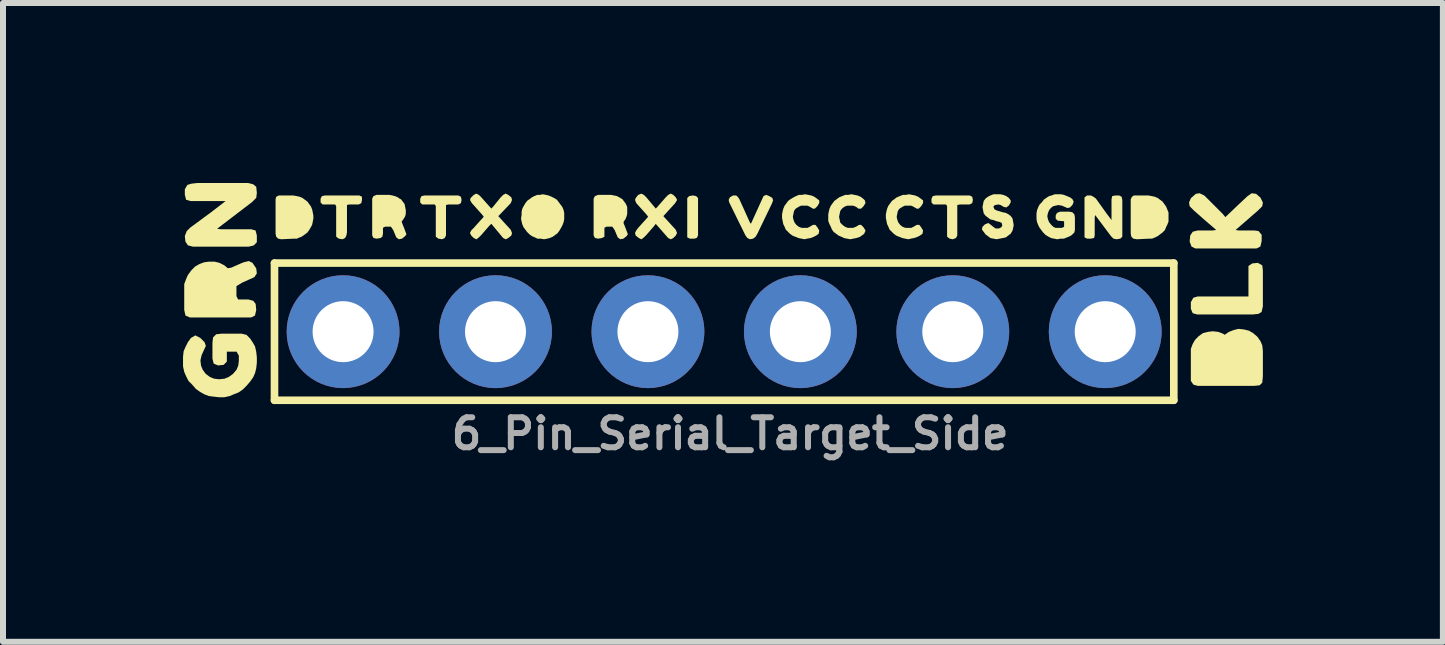
<source format=kicad_pcb>
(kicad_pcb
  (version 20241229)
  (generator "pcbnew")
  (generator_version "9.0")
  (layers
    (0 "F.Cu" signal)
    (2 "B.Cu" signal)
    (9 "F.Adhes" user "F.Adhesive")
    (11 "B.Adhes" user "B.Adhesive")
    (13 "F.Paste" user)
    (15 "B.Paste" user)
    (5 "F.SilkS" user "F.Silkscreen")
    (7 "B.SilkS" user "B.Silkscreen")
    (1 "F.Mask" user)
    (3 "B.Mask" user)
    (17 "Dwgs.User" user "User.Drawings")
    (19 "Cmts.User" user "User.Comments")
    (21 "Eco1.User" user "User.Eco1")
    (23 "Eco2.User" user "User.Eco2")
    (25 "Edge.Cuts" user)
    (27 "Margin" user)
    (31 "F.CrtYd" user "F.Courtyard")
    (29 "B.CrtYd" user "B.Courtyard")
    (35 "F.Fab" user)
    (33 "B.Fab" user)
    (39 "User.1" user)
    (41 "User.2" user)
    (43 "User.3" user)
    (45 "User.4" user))
  (footprint "6_Pin_Serial_Target_Side"
    (layer "F.Cu")
    (at 9.017 2.477)
    (property "Reference" "6_Pin_Serial_Target_Side" (at 0.1 1.7 0) (layer "F.Fab") (effects (font (size 0.5 0.5) (thickness 0.1))))
    (fp_line (start -7.493 -1.143) (end 7.493 -1.143) (stroke (width 0.127) (type solid)) (layer "F.SilkS"))
    (fp_line (start -7.493 1.143) (end -7.493 -1.143) (stroke (width 0.127) (type solid)) (layer "F.SilkS"))
    (fp_line (start 7.493 -1.143) (end 7.493 1.143) (stroke (width 0.127) (type solid)) (layer "F.SilkS"))
    (fp_line (start 7.493 1.143) (end -7.493 1.143) (stroke (width 0.127) (type solid)) (layer "F.SilkS"))
    (fp_poly (pts (xy -0.468 -2.26) (xy -0.435 -2.227) (xy -0.435 -1.604) (xy -0.457 -1.561) (xy -0.499 -1.55) (xy -0.571 -1.55) (xy -0.615 -1.572) (xy -0.615 -2.227) (xy -0.582 -2.26) (xy -0.52 -2.27)) (stroke (width 0) (type default)) (fill yes) (layer "F.SilkS"))
    (fp_poly (pts (xy 8.967 -1.105) (xy 8.977 -1.022) (xy 8.977 -0.421) (xy 8.956 -0.329) (xy 8.904 -0.297) (xy 8.812 -0.287) (xy 7.881 -0.287) (xy 7.808 -0.308) (xy 7.777 -0.381) (xy 7.777 -0.493) (xy 7.819 -0.566) (xy 7.891 -0.587) (xy 8.737 -0.587) (xy 8.737 -1.095) (xy 8.8 -1.137) (xy 8.893 -1.147)) (stroke (width 0) (type default)) (fill yes) (layer "F.SilkS"))
    (fp_poly (pts (xy -4.386 -2.248) (xy -4.375 -2.195) (xy -4.386 -2.142) (xy -4.429 -2.12) (xy -4.59 -2.12) (xy -4.635 -2.111) (xy -4.635 -1.604) (xy -4.656 -1.561) (xy -4.699 -1.54) (xy -4.762 -1.55) (xy -4.805 -1.583) (xy -4.805 -2.093) (xy -4.823 -2.12) (xy -5.032 -2.12) (xy -5.065 -2.153) (xy -5.065 -2.216) (xy -5.043 -2.259) (xy -4.99 -2.27) (xy -4.429 -2.27)) (stroke (width 0) (type default)) (fill yes) (layer "F.SilkS"))
    (fp_poly (pts (xy 4.134 -2.248) (xy 4.145 -2.195) (xy 4.134 -2.142) (xy 4.091 -2.12) (xy 3.93 -2.12) (xy 3.885 -2.111) (xy 3.885 -1.604) (xy 3.864 -1.561) (xy 3.81 -1.54) (xy 3.758 -1.55) (xy 3.715 -1.583) (xy 3.715 -2.093) (xy 3.697 -2.12) (xy 3.488 -2.12) (xy 3.455 -2.153) (xy 3.455 -2.216) (xy 3.477 -2.259) (xy 3.53 -2.27) (xy 4.091 -2.27)) (stroke (width 0) (type default)) (fill yes) (layer "F.SilkS"))
    (fp_poly (pts (xy -6.035 -2.248) (xy -6.035 -2.195) (xy -6.046 -2.142) (xy -6.089 -2.12) (xy -6.249 -2.12) (xy -6.285 -2.111) (xy -6.285 -1.655) (xy -6.295 -1.603) (xy -6.316 -1.561) (xy -6.359 -1.54) (xy -6.422 -1.55) (xy -6.465 -1.583) (xy -6.465 -2.093) (xy -6.483 -2.12) (xy -6.692 -2.12) (xy -6.725 -2.153) (xy -6.725 -2.216) (xy -6.703 -2.259) (xy -6.65 -2.27) (xy -6.079 -2.27)) (stroke (width 0) (type default)) (fill yes) (layer "F.SilkS"))
    (fp_poly (pts (xy 0.752 -2.259) (xy 0.804 -2.228) (xy 0.815 -2.185) (xy 0.795 -2.133) (xy 0.554 -1.633) (xy 0.524 -1.582) (xy 0.482 -1.55) (xy 0.429 -1.54) (xy 0.387 -1.561) (xy 0.356 -1.602) (xy 0.085 -2.153) (xy 0.075 -2.196) (xy 0.096 -2.239) (xy 0.149 -2.27) (xy 0.202 -2.27) (xy 0.234 -2.238) (xy 0.254 -2.207) (xy 0.434 -1.809) (xy 0.448 -1.802) (xy 0.656 -2.259) (xy 0.7 -2.28)) (stroke (width 0) (type default)) (fill yes) (layer "F.SilkS"))
    (fp_poly (pts (xy -7.079 -2.25) (xy -7.028 -2.229) (xy -6.946 -2.169) (xy -6.886 -2.087) (xy -6.865 -2.036) (xy -6.845 -1.935) (xy -6.845 -1.885) (xy -6.865 -1.783) (xy -6.886 -1.743) (xy -6.916 -1.692) (xy -6.946 -1.651) (xy -7.027 -1.591) (xy -7.073 -1.568) (xy -7.074 -1.572) (xy -7.119 -1.55) (xy -7.17 -1.55) (xy -7.38 -1.54) (xy -7.432 -1.55) (xy -7.465 -1.583) (xy -7.475 -1.635) (xy -7.475 -2.206) (xy -7.464 -2.248) (xy -7.421 -2.27) (xy -7.18 -2.27)) (stroke (width 0) (type default)) (fill yes) (layer "F.SilkS"))
    (fp_poly (pts (xy 6.153 -2.249) (xy 6.194 -2.219) (xy 6.374 -1.968) (xy 6.455 -1.86) (xy 6.455 -2.205) (xy 6.466 -2.259) (xy 6.52 -2.27) (xy 6.581 -2.27) (xy 6.624 -2.248) (xy 6.635 -2.195) (xy 6.635 -1.583) (xy 6.602 -1.55) (xy 6.54 -1.54) (xy 6.488 -1.55) (xy 6.446 -1.592) (xy 6.183 -1.943) (xy 6.175 -1.905) (xy 6.175 -1.604) (xy 6.164 -1.561) (xy 6.11 -1.55) (xy 6.049 -1.55) (xy 6.005 -1.572) (xy 6.005 -2.237) (xy 6.048 -2.27) (xy 6.111 -2.27)) (stroke (width 0) (type default)) (fill yes) (layer "F.SilkS"))
    (fp_poly (pts (xy 7.171 -2.25) (xy 7.222 -2.229) (xy 7.304 -2.169) (xy 7.364 -2.087) (xy 7.405 -1.986) (xy 7.405 -1.834) (xy 7.385 -1.783) (xy 7.365 -1.743) (xy 7.344 -1.692) (xy 7.303 -1.651) (xy 7.223 -1.591) (xy 7.186 -1.573) (xy 7.186 -1.572) (xy 7.182 -1.57) (xy 7.177 -1.568) (xy 7.177 -1.569) (xy 7.131 -1.55) (xy 7.08 -1.55) (xy 6.88 -1.54) (xy 6.818 -1.55) (xy 6.785 -1.583) (xy 6.775 -1.635) (xy 6.775 -2.206) (xy 6.796 -2.248) (xy 6.828 -2.27) (xy 7.07 -2.27)) (stroke (width 0) (type default)) (fill yes) (layer "F.SilkS"))
    (fp_poly (pts (xy 8.663 -0.037) (xy 8.744 -0.017) (xy 8.815 0.024) (xy 8.886 0.085) (xy 8.936 0.156) (xy 8.967 0.227) (xy 8.977 0.318) (xy 8.977 0.748) (xy 8.967 0.85) (xy 8.924 0.893) (xy 8.832 0.903) (xy 7.891 0.903) (xy 7.819 0.882) (xy 7.777 0.82) (xy 7.777 0.287) (xy 7.807 0.206) (xy 7.848 0.135) (xy 7.909 0.074) (xy 7.98 0.023) (xy 8.061 0.003) (xy 8.142 -0.007) (xy 8.233 0.003) (xy 8.314 0.034) (xy 8.342 0.052) (xy 8.41 0.004) (xy 8.491 -0.027) (xy 8.572 -0.047)) (stroke (width 0) (type default)) (fill yes) (layer "F.SilkS"))
    (fp_poly (pts (xy -7.85 -2.457) (xy -7.797 -2.415) (xy -7.787 -2.312) (xy -7.797 -2.23) (xy -7.869 -2.158) (xy -8.449 -1.715) (xy -8.392 -1.707) (xy -7.881 -1.707) (xy -7.808 -1.686) (xy -7.787 -1.603) (xy -7.787 -1.49) (xy -7.839 -1.437) (xy -7.921 -1.417) (xy -8.853 -1.417) (xy -8.935 -1.438) (xy -8.977 -1.5) (xy -8.987 -1.593) (xy -8.956 -1.675) (xy -8.895 -1.736) (xy -8.555 -1.986) (xy -8.307 -2.177) (xy -8.893 -2.177) (xy -8.966 -2.198) (xy -8.987 -2.281) (xy -8.987 -2.373) (xy -8.945 -2.446) (xy -8.873 -2.467) (xy -8.782 -2.477) (xy -7.931 -2.477)) (stroke (width 0) (type default)) (fill yes) (layer "F.SilkS"))
    (fp_poly (pts (xy -5.529 -2.27) (xy -5.488 -2.26) (xy -5.438 -2.239) (xy -5.395 -2.207) (xy -5.39 -2.213) (xy -5.325 -2.127) (xy -5.305 -2.025) (xy -5.305 -1.964) (xy -5.315 -1.923) (xy -5.346 -1.872) (xy -5.374 -1.834) (xy -5.365 -1.807) (xy -5.325 -1.707) (xy -5.315 -1.677) (xy -5.294 -1.624) (xy -5.316 -1.592) (xy -5.368 -1.55) (xy -5.421 -1.54) (xy -5.464 -1.572) (xy -5.514 -1.693) (xy -5.553 -1.75) (xy -5.649 -1.75) (xy -5.685 -1.732) (xy -5.685 -1.635) (xy -5.696 -1.582) (xy -5.728 -1.56) (xy -5.79 -1.55) (xy -5.843 -1.561) (xy -5.865 -1.604) (xy -5.865 -2.216) (xy -5.844 -2.259) (xy -5.791 -2.28) (xy -5.58 -2.28)) (stroke (width 0) (type default)) (fill yes) (layer "F.SilkS"))
    (fp_poly (pts (xy -1.788 -2.26) (xy -1.748 -2.239) (xy -1.701 -2.211) (xy -1.7 -2.213) (xy -1.697 -2.209) (xy -1.692 -2.206) (xy -1.694 -2.205) (xy -1.636 -2.127) (xy -1.615 -2.076) (xy -1.615 -1.964) (xy -1.625 -1.923) (xy -1.646 -1.873) (xy -1.675 -1.833) (xy -1.675 -1.806) (xy -1.635 -1.707) (xy -1.625 -1.677) (xy -1.604 -1.624) (xy -1.626 -1.592) (xy -1.678 -1.55) (xy -1.731 -1.54) (xy -1.774 -1.572) (xy -1.824 -1.693) (xy -1.863 -1.75) (xy -1.959 -1.75) (xy -1.995 -1.732) (xy -1.995 -1.582) (xy -2.038 -1.56) (xy -2.1 -1.55) (xy -2.153 -1.561) (xy -2.175 -1.604) (xy -2.175 -2.216) (xy -2.154 -2.259) (xy -2.101 -2.28) (xy -1.89 -2.28)) (stroke (width 0) (type default)) (fill yes) (layer "F.SilkS"))
    (fp_poly (pts (xy 8.864 -2.297) (xy 8.936 -2.235) (xy 8.977 -2.153) (xy 8.967 -2.09) (xy 8.895 -2.018) (xy 8.523 -1.695) (xy 8.572 -1.687) (xy 8.832 -1.687) (xy 8.905 -1.677) (xy 8.957 -1.614) (xy 8.957 -1.511) (xy 8.936 -1.419) (xy 8.873 -1.387) (xy 7.851 -1.387) (xy 7.788 -1.418) (xy 7.757 -1.501) (xy 7.767 -1.604) (xy 7.809 -1.666) (xy 7.891 -1.687) (xy 8.142 -1.687) (xy 8.2 -1.695) (xy 7.999 -1.868) (xy 7.829 -2.018) (xy 7.757 -2.09) (xy 7.747 -2.153) (xy 7.778 -2.225) (xy 7.86 -2.297) (xy 7.923 -2.307) (xy 8.005 -2.266) (xy 8.306 -1.965) (xy 8.352 -1.909) (xy 8.569 -2.116) (xy 8.719 -2.256) (xy 8.791 -2.307)) (stroke (width 0) (type default)) (fill yes) (layer "F.SilkS"))
    (fp_poly (pts (xy -3.597 -2.279) (xy -3.546 -2.238) (xy -3.535 -2.195) (xy -3.556 -2.142) (xy -3.763 -1.925) (xy -3.556 -1.698) (xy -3.535 -1.645) (xy -3.546 -1.602) (xy -3.597 -1.561) (xy -3.64 -1.539) (xy -3.683 -1.561) (xy -3.88 -1.798) (xy -3.916 -1.762) (xy -4.046 -1.612) (xy -4.087 -1.571) (xy -4.129 -1.539) (xy -4.173 -1.561) (xy -4.214 -1.602) (xy -4.236 -1.645) (xy -4.214 -1.688) (xy -4.174 -1.728) (xy -4.006 -1.915) (xy -4.034 -1.952) (xy -4.204 -2.142) (xy -4.235 -2.194) (xy -4.224 -2.228) (xy -4.173 -2.279) (xy -4.13 -2.301) (xy -4.087 -2.279) (xy -4.046 -2.238) (xy -3.88 -2.052) (xy -3.854 -2.078) (xy -3.724 -2.238) (xy -3.683 -2.279) (xy -3.64 -2.301)) (stroke (width 0) (type default)) (fill yes) (layer "F.SilkS"))
    (fp_poly (pts (xy -0.847 -2.279) (xy -0.806 -2.238) (xy -0.784 -2.195) (xy -0.816 -2.142) (xy -1.013 -1.925) (xy -0.806 -1.698) (xy -0.785 -1.645) (xy -0.806 -1.602) (xy -0.847 -1.561) (xy -0.89 -1.539) (xy -0.933 -1.561) (xy -1.14 -1.797) (xy -1.166 -1.762) (xy -1.296 -1.612) (xy -1.337 -1.571) (xy -1.379 -1.539) (xy -1.423 -1.561) (xy -1.474 -1.602) (xy -1.485 -1.646) (xy -1.464 -1.688) (xy -1.434 -1.728) (xy -1.266 -1.915) (xy -1.294 -1.952) (xy -1.464 -2.142) (xy -1.485 -2.195) (xy -1.474 -2.227) (xy -1.433 -2.279) (xy -1.38 -2.3) (xy -1.337 -2.279) (xy -1.296 -2.238) (xy -1.14 -2.052) (xy -1.114 -2.078) (xy -0.974 -2.238) (xy -0.933 -2.279) (xy -0.89 -2.301)) (stroke (width 0) (type default)) (fill yes) (layer "F.SilkS"))
    (fp_poly (pts (xy -7.859 -1.146) (xy -7.797 -1.054) (xy -7.787 -0.971) (xy -7.829 -0.908) (xy -8.03 -0.818) (xy -8.127 -0.759) (xy -8.127 -0.593) (xy -8.099 -0.537) (xy -7.931 -0.537) (xy -7.849 -0.516) (xy -7.807 -0.464) (xy -7.797 -0.362) (xy -7.818 -0.269) (xy -7.881 -0.237) (xy -8.903 -0.237) (xy -8.976 -0.268) (xy -8.997 -0.361) (xy -8.997 -0.793) (xy -8.967 -0.874) (xy -8.936 -0.945) (xy -8.879 -1.021) (xy -8.879 -1.022) (xy -8.876 -1.025) (xy -8.873 -1.03) (xy -8.872 -1.029) (xy -8.815 -1.086) (xy -8.744 -1.127) (xy -8.663 -1.157) (xy -8.582 -1.167) (xy -8.491 -1.167) (xy -8.41 -1.147) (xy -8.329 -1.106) (xy -8.271 -1.057) (xy -8.213 -1.067) (xy -8.054 -1.137) (xy -8.004 -1.157) (xy -7.921 -1.177)) (stroke (width 0) (type default)) (fill yes) (layer "F.SilkS"))
    (fp_poly (pts (xy -2.969 -2.28) (xy -2.928 -2.27) (xy -2.878 -2.25) (xy -2.838 -2.229) (xy -2.787 -2.199) (xy -2.696 -2.077) (xy -2.675 -2.026) (xy -2.665 -1.975) (xy -2.665 -1.875) (xy -2.675 -1.824) (xy -2.695 -1.773) (xy -2.716 -1.733) (xy -2.746 -1.682) (xy -2.776 -1.641) (xy -2.858 -1.581) (xy -2.908 -1.56) (xy -2.949 -1.55) (xy -3 -1.54) (xy -3.06 -1.55) (xy -3.111 -1.55) (xy -3.152 -1.57) (xy -3.202 -1.591) (xy -3.243 -1.621) (xy -3.284 -1.662) (xy -3.341 -1.738) (xy -3.342 -1.738) (xy -3.344 -1.743) (xy -3.347 -1.747) (xy -3.346 -1.747) (xy -3.365 -1.793) (xy -3.375 -1.834) (xy -3.385 -1.885) (xy -3.375 -1.945) (xy -3.375 -1.995) (xy -3.365 -2.047) (xy -3.344 -2.087) (xy -3.314 -2.138) (xy -3.284 -2.179) (xy -3.203 -2.239) (xy -3.162 -2.26) (xy -3.111 -2.28) (xy -3.061 -2.28) (xy -3.03 -2.29)) (stroke (width 0) (type default)) (fill yes) (layer "F.SilkS"))
    (fp_poly (pts (xy 2.221 -2.27) (xy 2.272 -2.249) (xy 2.313 -2.219) (xy 2.345 -2.188) (xy 2.355 -2.144) (xy 2.324 -2.092) (xy 2.282 -2.05) (xy 2.238 -2.05) (xy 2.198 -2.081) (xy 2.149 -2.1) (xy 2.051 -2.1) (xy 2.002 -2.081) (xy 1.964 -2.051) (xy 1.935 -2.013) (xy 1.915 -1.915) (xy 1.935 -1.817) (xy 1.973 -1.779) (xy 2.012 -1.749) (xy 2.061 -1.73) (xy 2.149 -1.73) (xy 2.198 -1.749) (xy 2.249 -1.78) (xy 2.282 -1.78) (xy 2.324 -1.738) (xy 2.356 -1.685) (xy 2.334 -1.632) (xy 2.293 -1.601) (xy 2.262 -1.58) (xy 2.201 -1.56) (xy 2.1 -1.54) (xy 1.998 -1.56) (xy 1.958 -1.58) (xy 1.908 -1.601) (xy 1.826 -1.661) (xy 1.796 -1.703) (xy 1.775 -1.753) (xy 1.755 -1.793) (xy 1.735 -1.844) (xy 1.735 -1.955) (xy 1.745 -2.006) (xy 1.755 -2.047) (xy 1.776 -2.097) (xy 1.836 -2.179) (xy 1.918 -2.239) (xy 2.019 -2.28) (xy 2.07 -2.28) (xy 2.12 -2.29)) (stroke (width 0) (type default)) (fill yes) (layer "F.SilkS"))
    (fp_poly (pts (xy 3.181 -2.27) (xy 3.232 -2.249) (xy 3.315 -2.188) (xy 3.315 -2.144) (xy 3.284 -2.092) (xy 3.242 -2.05) (xy 3.209 -2.05) (xy 3.158 -2.081) (xy 3.119 -2.1) (xy 3.011 -2.1) (xy 2.972 -2.081) (xy 2.923 -2.051) (xy 2.895 -2.013) (xy 2.875 -1.915) (xy 2.885 -1.866) (xy 2.904 -1.817) (xy 2.934 -1.779) (xy 2.972 -1.749) (xy 3.021 -1.73) (xy 3.119 -1.73) (xy 3.158 -1.749) (xy 3.209 -1.78) (xy 3.252 -1.78) (xy 3.284 -1.738) (xy 3.315 -1.686) (xy 3.305 -1.632) (xy 3.263 -1.601) (xy 3.222 -1.58) (xy 3.161 -1.56) (xy 3.111 -1.55) (xy 3.07 -1.54) (xy 2.969 -1.56) (xy 2.868 -1.601) (xy 2.827 -1.631) (xy 2.756 -1.702) (xy 2.735 -1.753) (xy 2.715 -1.793) (xy 2.695 -1.895) (xy 2.695 -1.955) (xy 2.705 -2.006) (xy 2.715 -2.047) (xy 2.736 -2.097) (xy 2.796 -2.179) (xy 2.878 -2.239) (xy 2.979 -2.28) (xy 3.03 -2.28) (xy 3.08 -2.29)) (stroke (width 0) (type default)) (fill yes) (layer "F.SilkS"))
    (fp_poly (pts (xy 1.451 -2.27) (xy 1.502 -2.249) (xy 1.585 -2.188) (xy 1.585 -2.144) (xy 1.554 -2.092) (xy 1.512 -2.05) (xy 1.479 -2.05) (xy 1.428 -2.081) (xy 1.389 -2.1) (xy 1.281 -2.1) (xy 1.242 -2.081) (xy 1.193 -2.051) (xy 1.165 -2.013) (xy 1.145 -1.915) (xy 1.155 -1.866) (xy 1.174 -1.817) (xy 1.204 -1.779) (xy 1.242 -1.749) (xy 1.291 -1.73) (xy 1.389 -1.73) (xy 1.428 -1.749) (xy 1.479 -1.78) (xy 1.522 -1.78) (xy 1.554 -1.738) (xy 1.585 -1.686) (xy 1.575 -1.632) (xy 1.533 -1.601) (xy 1.492 -1.58) (xy 1.441 -1.56) (xy 1.381 -1.55) (xy 1.34 -1.54) (xy 1.239 -1.56) (xy 1.138 -1.601) (xy 1.097 -1.631) (xy 1.026 -1.702) (xy 1.005 -1.753) (xy 0.985 -1.793) (xy 0.965 -1.895) (xy 0.965 -1.955) (xy 0.975 -2.006) (xy 0.985 -2.047) (xy 1.006 -2.097) (xy 1.066 -2.179) (xy 1.107 -2.209) (xy 1.158 -2.239) (xy 1.198 -2.26) (xy 1.249 -2.28) (xy 1.3 -2.28) (xy 1.35 -2.29)) (stroke (width 0) (type default)) (fill yes) (layer "F.SilkS"))
    (fp_poly (pts (xy 4.651 -2.28) (xy 4.702 -2.259) (xy 4.744 -2.229) (xy 4.775 -2.187) (xy 4.775 -2.154) (xy 4.744 -2.102) (xy 4.701 -2.07) (xy 4.658 -2.08) (xy 4.608 -2.11) (xy 4.57 -2.12) (xy 4.512 -2.11) (xy 4.486 -2.084) (xy 4.504 -2.039) (xy 4.542 -2.02) (xy 4.641 -1.99) (xy 4.692 -1.98) (xy 4.733 -1.959) (xy 4.774 -1.929) (xy 4.805 -1.887) (xy 4.815 -1.836) (xy 4.825 -1.775) (xy 4.815 -1.724) (xy 4.805 -1.683) (xy 4.774 -1.632) (xy 4.692 -1.57) (xy 4.54 -1.54) (xy 4.438 -1.56) (xy 4.356 -1.621) (xy 4.295 -1.704) (xy 4.305 -1.748) (xy 4.347 -1.789) (xy 4.401 -1.811) (xy 4.433 -1.789) (xy 4.483 -1.749) (xy 4.522 -1.72) (xy 4.579 -1.72) (xy 4.617 -1.739) (xy 4.635 -1.766) (xy 4.626 -1.812) (xy 4.588 -1.83) (xy 4.539 -1.84) (xy 4.489 -1.86) (xy 4.438 -1.87) (xy 4.356 -1.931) (xy 4.325 -1.973) (xy 4.305 -2.075) (xy 4.325 -2.177) (xy 4.356 -2.219) (xy 4.397 -2.249) (xy 4.438 -2.27) (xy 4.489 -2.29) (xy 4.6 -2.29)) (stroke (width 0) (type default)) (fill yes) (layer "F.SilkS"))
    (fp_poly (pts (xy 5.661 -2.28) (xy 5.762 -2.239) (xy 5.804 -2.208) (xy 5.825 -2.165) (xy 5.804 -2.112) (xy 5.763 -2.07) (xy 5.72 -2.06) (xy 5.629 -2.1) (xy 5.57 -2.11) (xy 5.521 -2.1) (xy 5.482 -2.09) (xy 5.444 -2.061) (xy 5.414 -2.023) (xy 5.395 -1.974) (xy 5.385 -1.925) (xy 5.395 -1.876) (xy 5.414 -1.827) (xy 5.444 -1.788) (xy 5.483 -1.749) (xy 5.521 -1.73) (xy 5.629 -1.73) (xy 5.665 -1.748) (xy 5.665 -1.84) (xy 5.558 -1.85) (xy 5.525 -1.883) (xy 5.525 -1.936) (xy 5.546 -1.979) (xy 5.599 -2) (xy 5.75 -2) (xy 5.802 -1.99) (xy 5.835 -1.957) (xy 5.845 -1.905) (xy 5.845 -1.694) (xy 5.835 -1.652) (xy 5.793 -1.611) (xy 5.762 -1.591) (xy 5.661 -1.55) (xy 5.61 -1.55) (xy 5.55 -1.54) (xy 5.448 -1.56) (xy 5.408 -1.581) (xy 5.357 -1.611) (xy 5.316 -1.652) (xy 5.256 -1.732) (xy 5.235 -1.773) (xy 5.215 -1.824) (xy 5.205 -1.875) (xy 5.205 -1.975) (xy 5.215 -2.026) (xy 5.235 -2.077) (xy 5.256 -2.118) (xy 5.296 -2.158) (xy 5.326 -2.199) (xy 5.367 -2.229) (xy 5.418 -2.26) (xy 5.458 -2.27) (xy 5.509 -2.29) (xy 5.61 -2.29)) (stroke (width 0) (type default)) (fill yes) (layer "F.SilkS"))
    (fp_poly (pts (xy -7.959 0.053) (xy -7.898 0.115) (xy -7.858 0.175) (xy -7.817 0.246) (xy -7.797 0.337) (xy -7.787 0.428) (xy -7.787 0.518) (xy -7.797 0.609) (xy -7.817 0.69) (xy -7.848 0.76) (xy -7.898 0.831) (xy -7.958 0.901) (xy -8.019 0.962) (xy -8.09 1.012) (xy -8.17 1.043) (xy -8.24 1.073) (xy -8.331 1.093) (xy -8.412 1.093) (xy -8.503 1.083) (xy -8.583 1.073) (xy -8.664 1.043) (xy -8.735 1.002) (xy -8.805 0.952) (xy -8.866 0.881) (xy -8.926 0.821) (xy -8.967 0.74) (xy -8.997 0.67) (xy -9.017 0.579) (xy -9.017 0.418) (xy -9.007 0.327) (xy -8.977 0.256) (xy -8.936 0.175) (xy -8.885 0.104) (xy -8.812 0.062) (xy -8.729 0.104) (xy -8.658 0.175) (xy -8.637 0.238) (xy -8.707 0.39) (xy -8.727 0.478) (xy -8.717 0.567) (xy -8.688 0.636) (xy -8.638 0.704) (xy -8.57 0.754) (xy -8.501 0.783) (xy -8.412 0.793) (xy -8.323 0.783) (xy -8.254 0.754) (xy -8.185 0.704) (xy -8.126 0.635) (xy -8.097 0.567) (xy -8.087 0.488) (xy -8.087 0.399) (xy -8.125 0.333) (xy -8.287 0.333) (xy -8.287 0.5) (xy -8.34 0.553) (xy -8.433 0.563) (xy -8.506 0.532) (xy -8.527 0.449) (xy -8.527 0.188) (xy -8.517 0.096) (xy -8.464 0.043) (xy -8.372 0.033) (xy -8.041 0.033)) (stroke (width 0) (type default)) (fill yes) (layer "F.SilkS"))
    (pad "1" thru_hole circle (at -6.35 0) (size 1.88 1.88) (drill 1.016) (layers "*.Cu" "*.Mask"))
    (pad "2" thru_hole circle (at -3.81 0) (size 1.88 1.88) (drill 1.016) (layers "*.Cu" "*.Mask"))
    (pad "3" thru_hole circle (at -1.27 0) (size 1.88 1.88) (drill 1.016) (layers "*.Cu" "*.Mask"))
    (pad "4" thru_hole circle (at 1.27 0) (size 1.88 1.88) (drill 1.016) (layers "*.Cu" "*.Mask"))
    (pad "5" thru_hole circle (at 3.81 0) (size 1.88 1.88) (drill 1.016) (layers "*.Cu" "*.Mask"))
    (pad "6" thru_hole circle (at 6.35 0) (size 1.88 1.88) (drill 1.016) (layers "*.Cu" "*.Mask")))
  (gr_rect
    (start -3 -3)
    (end 20.994 7.645)
    (stroke (width 0.1) (type default))
    (fill no)
    (layer "Edge.Cuts")))
</source>
